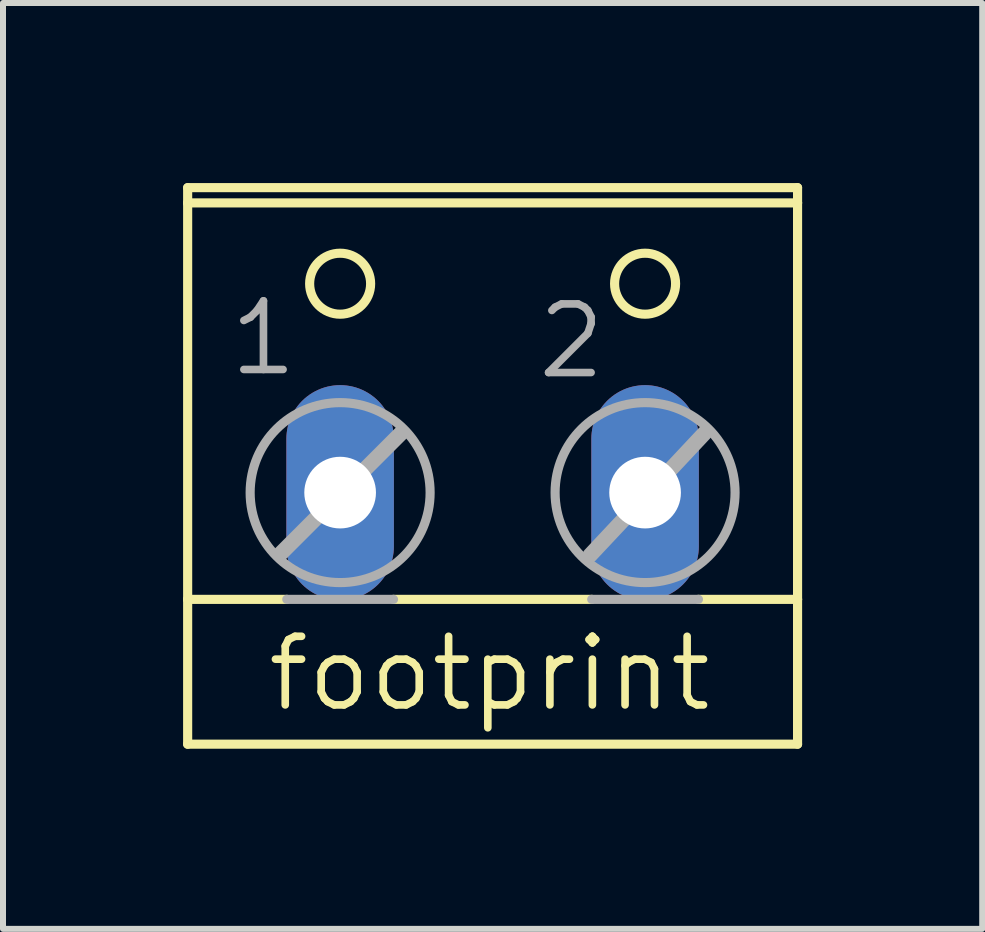
<source format=kicad_pcb>
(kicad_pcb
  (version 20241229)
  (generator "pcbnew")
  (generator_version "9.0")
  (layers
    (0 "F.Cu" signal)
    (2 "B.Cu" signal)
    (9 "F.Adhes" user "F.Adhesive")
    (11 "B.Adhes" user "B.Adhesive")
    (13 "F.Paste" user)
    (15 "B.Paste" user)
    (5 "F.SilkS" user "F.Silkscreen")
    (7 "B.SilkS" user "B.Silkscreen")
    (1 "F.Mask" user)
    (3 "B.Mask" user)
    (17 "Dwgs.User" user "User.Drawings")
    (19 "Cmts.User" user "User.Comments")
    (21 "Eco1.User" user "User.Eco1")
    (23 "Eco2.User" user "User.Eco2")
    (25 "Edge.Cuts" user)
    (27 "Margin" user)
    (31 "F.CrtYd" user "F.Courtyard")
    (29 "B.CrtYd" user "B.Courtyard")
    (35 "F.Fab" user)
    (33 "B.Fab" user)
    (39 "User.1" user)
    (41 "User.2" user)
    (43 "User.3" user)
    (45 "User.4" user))
  (footprint "footprint"
    (layer "F.Cu")
    (at 5.156 4.521)
    (property "Reference" "footprint" (at -3.81 4.318 0) (layer "F.SilkS") (effects (font (size 1.143 1.143) (thickness 0.127)) (justify left bottom)))
    (fp_line (start -5.08 -4.445) (end 5.08 -4.445) (stroke (width 0.152) (type solid)) (layer "F.SilkS"))
    (fp_line (start -5.08 -4.191) (end -5.08 -4.445) (stroke (width 0.152) (type solid)) (layer "F.SilkS"))
    (fp_line (start -5.08 -4.191) (end -5.08 2.413) (stroke (width 0.152) (type solid)) (layer "F.SilkS"))
    (fp_line (start -5.08 -4.191) (end 5.08 -4.191) (stroke (width 0.152) (type solid)) (layer "F.SilkS"))
    (fp_line (start -5.08 2.413) (end -5.08 4.826) (stroke (width 0.152) (type solid)) (layer "F.SilkS"))
    (fp_line (start -5.08 2.413) (end -3.429 2.413) (stroke (width 0.152) (type solid)) (layer "F.SilkS"))
    (fp_line (start -1.651 2.413) (end 1.651 2.413) (stroke (width 0.152) (type solid)) (layer "F.SilkS"))
    (fp_line (start 3.429 2.413) (end 5.08 2.413) (stroke (width 0.152) (type solid)) (layer "F.SilkS"))
    (fp_line (start 5.08 -4.191) (end 5.08 -4.445) (stroke (width 0.152) (type solid)) (layer "F.SilkS"))
    (fp_line (start 5.08 2.413) (end 5.08 -4.191) (stroke (width 0.152) (type solid)) (layer "F.SilkS"))
    (fp_line (start 5.08 4.826) (end -5.08 4.826) (stroke (width 0.152) (type solid)) (layer "F.SilkS"))
    (fp_line (start 5.08 4.826) (end 5.08 2.413) (stroke (width 0.152) (type solid)) (layer "F.SilkS"))
    (fp_circle (center -2.54 -2.845) (end -2.032 -2.845) (stroke (width 0.152) (type solid)) (fill no) (layer "F.SilkS"))
    (fp_circle (center 2.54 -2.845) (end 3.048 -2.845) (stroke (width 0.152) (type solid)) (fill no) (layer "F.SilkS"))
    (fp_line (start -3.531 1.651) (end -1.524 -0.356) (stroke (width 0.254) (type solid)) (layer "F.Fab"))
    (fp_line (start -3.429 2.413) (end -1.651 2.413) (stroke (width 0.152) (type solid)) (layer "F.Fab"))
    (fp_line (start 1.626 1.676) (end 3.531 -0.356) (stroke (width 0.254) (type solid)) (layer "F.Fab"))
    (fp_line (start 1.651 2.413) (end 3.429 2.413) (stroke (width 0.152) (type solid)) (layer "F.Fab"))
    (fp_circle (center -2.54 0.635) (end -1.041 0.635) (stroke (width 0.152) (type solid)) (fill no) (layer "F.Fab"))
    (fp_circle (center 2.54 0.635) (end 4.039 0.635) (stroke (width 0.152) (type solid)) (fill no) (layer "F.Fab"))
    (fp_text user "2" (at 0.686 -1.219 0) (layer "F.Fab") (effects (font (size 1.143 1.143) (thickness 0.127)) (justify left bottom)))
    (fp_text user "1" (at -4.445 -1.27 0) (layer "F.Fab") (effects (font (size 1.143 1.143) (thickness 0.127)) (justify left bottom)))
    (pad "1" thru_hole oval (at -2.54 0.635 90) (size 3.581 1.791) (drill 1.194) (layers "*.Cu" "*.Mask"))
    (pad "2" thru_hole oval (at 2.54 0.635 90) (size 3.581 1.791) (drill 1.194) (layers "*.Cu" "*.Mask")))
  (gr_rect
    (start -3 -3)
    (end 13.312 12.423)
    (stroke (width 0.1) (type default))
    (fill no)
    (layer "Edge.Cuts")))
</source>
